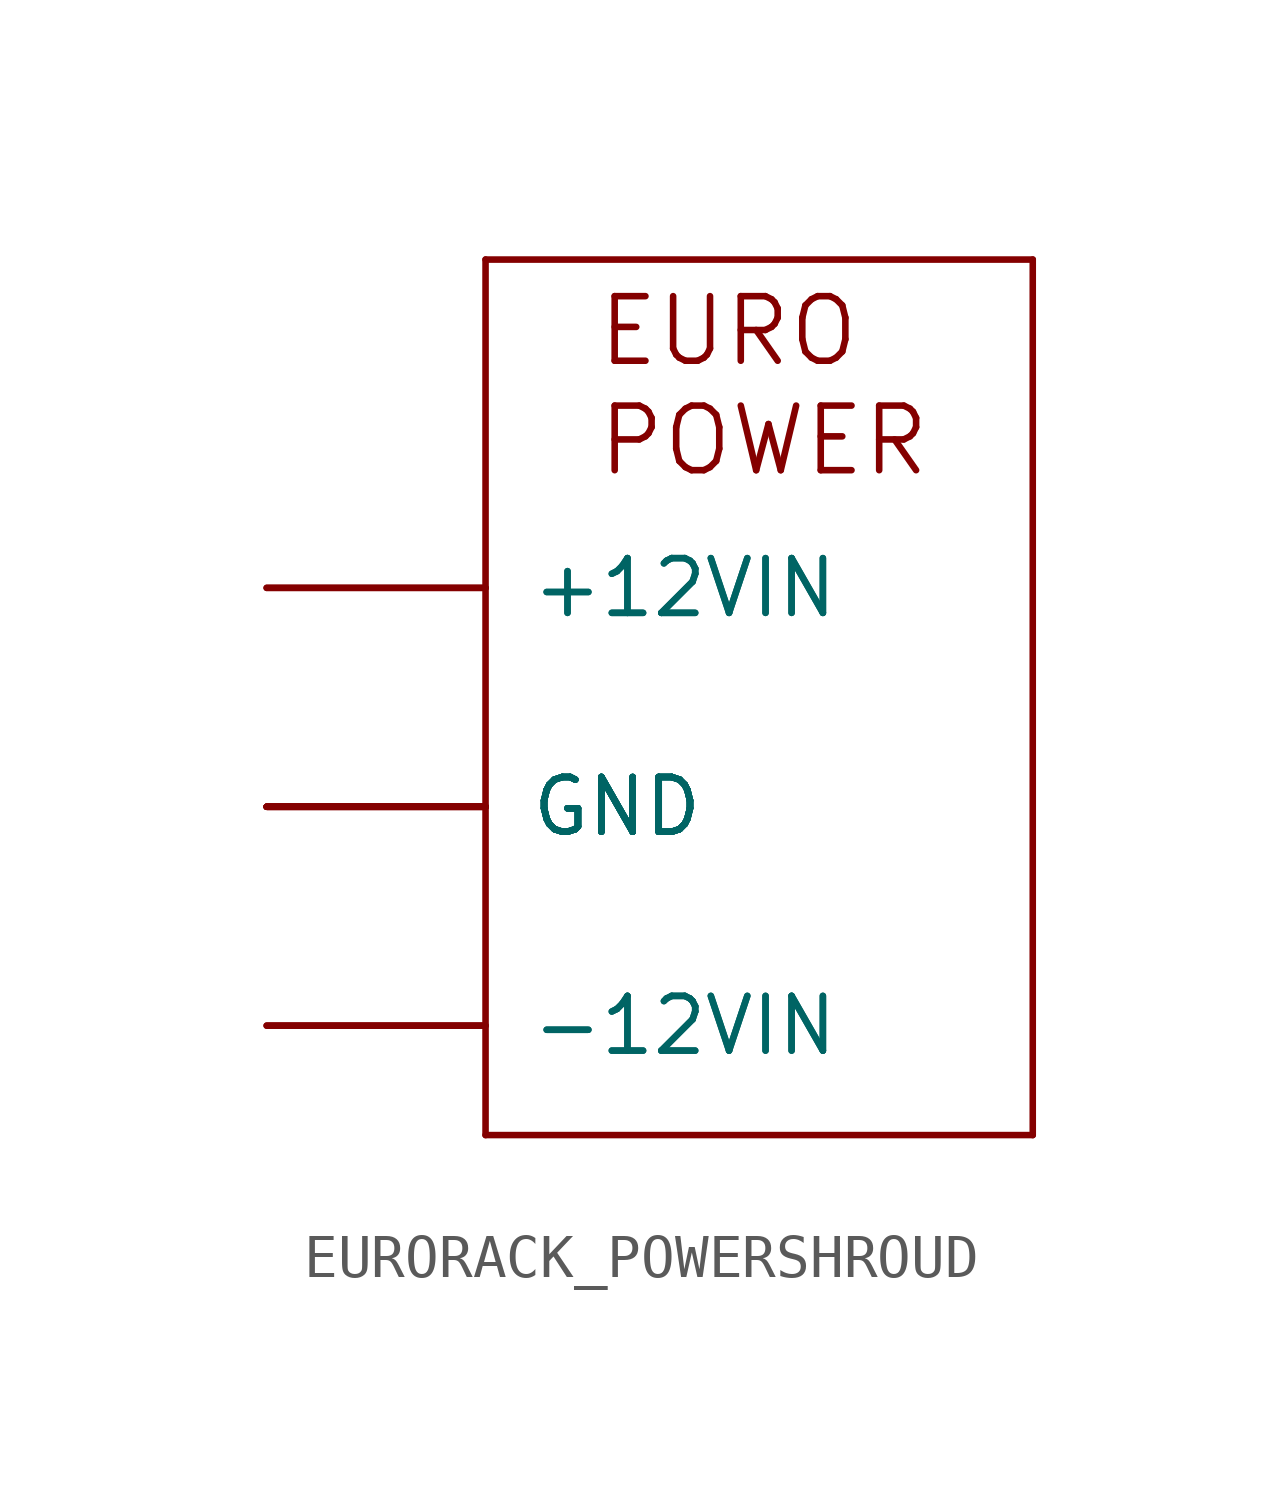
<source format=kicad_sym>
(kicad_symbol_lib
  (version 20211014)
  (generator kicad_symbol_editor)
  (symbol "EURORACK_POWERSHROUD"
    (pin_names
      (offset 1.016))
    (property "Reference" "EP"
      (at 0 0 0)
      (effects (font (size 1.27 1.27)) hide))
    (property "ki_locked" ""
      (at 0 0 0)
      (effects (font (size 1.27 1.27))))
    (symbol "EURORACK_POWERSHROUD_1_0"
      (polyline (pts (xy -5.08 -10.16) (xy 7.62 -10.16)) (stroke (width 0) (type default) (color 0 0 0 0)) (fill (type none)))
      (polyline (pts (xy -5.08 10.16) (xy -5.08 -10.16)) (stroke (width 0) (type default) (color 0 0 0 0)) (fill (type none)))
      (polyline (pts (xy 7.62 -10.16) (xy 7.62 10.16)) (stroke (width 0) (type default) (color 0 0 0 0)) (fill (type none)))
      (polyline (pts (xy 7.62 10.16) (xy -5.08 10.16)) (stroke (width 0) (type default) (color 0 0 0 0)) (fill (type none)))
      (text "EURO" (at -2.54 7.62 0) (effects (font (size 1.499 1.499)) (justify left bottom)))
      (text "POWER" (at -2.54 5.08 0) (effects (font (size 1.499 1.499)) (justify left bottom)))
      (pin bidirectional line (at -10.16 2.54 0) (length 5.08) (name "+12VIN" (effects (font (size 1.27 1.27)))) (number "+12V0" (effects (font (size 0 0)))))
      (pin bidirectional line (at -10.16 2.54 0) (length 5.08) (name "+12VIN" (effects (font (size 1.27 1.27)))) (number "+12V1" (effects (font (size 0 0)))))
      (pin bidirectional line (at -10.16 -7.62 0) (length 5.08) (name "-12VIN" (effects (font (size 1.27 1.27)))) (number "-12V0" (effects (font (size 0 0)))))
      (pin bidirectional line (at -10.16 -7.62 0) (length 5.08) (name "-12VIN" (effects (font (size 1.27 1.27)))) (number "-12V1" (effects (font (size 0 0)))))
      (pin bidirectional line (at -10.16 -2.54 0) (length 5.08) (name "GND" (effects (font (size 1.27 1.27)))) (number "GND0" (effects (font (size 0 0)))))
      (pin bidirectional line (at -10.16 -2.54 0) (length 5.08) (name "GND" (effects (font (size 1.27 1.27)))) (number "GND1" (effects (font (size 0 0)))))
      (pin bidirectional line (at -10.16 -2.54 0) (length 5.08) (name "GND" (effects (font (size 1.27 1.27)))) (number "GND2" (effects (font (size 0 0)))))
      (pin bidirectional line (at -10.16 -2.54 0) (length 5.08) (name "GND" (effects (font (size 1.27 1.27)))) (number "GND3" (effects (font (size 0 0)))))
      (pin bidirectional line (at -10.16 -2.54 0) (length 5.08) (name "GND" (effects (font (size 1.27 1.27)))) (number "GND4" (effects (font (size 0 0)))))
      (pin bidirectional line (at -10.16 -2.54 0) (length 5.08) (name "GND" (effects (font (size 1.27 1.27)))) (number "GND5" (effects (font (size 0 0))))))))
</source>
